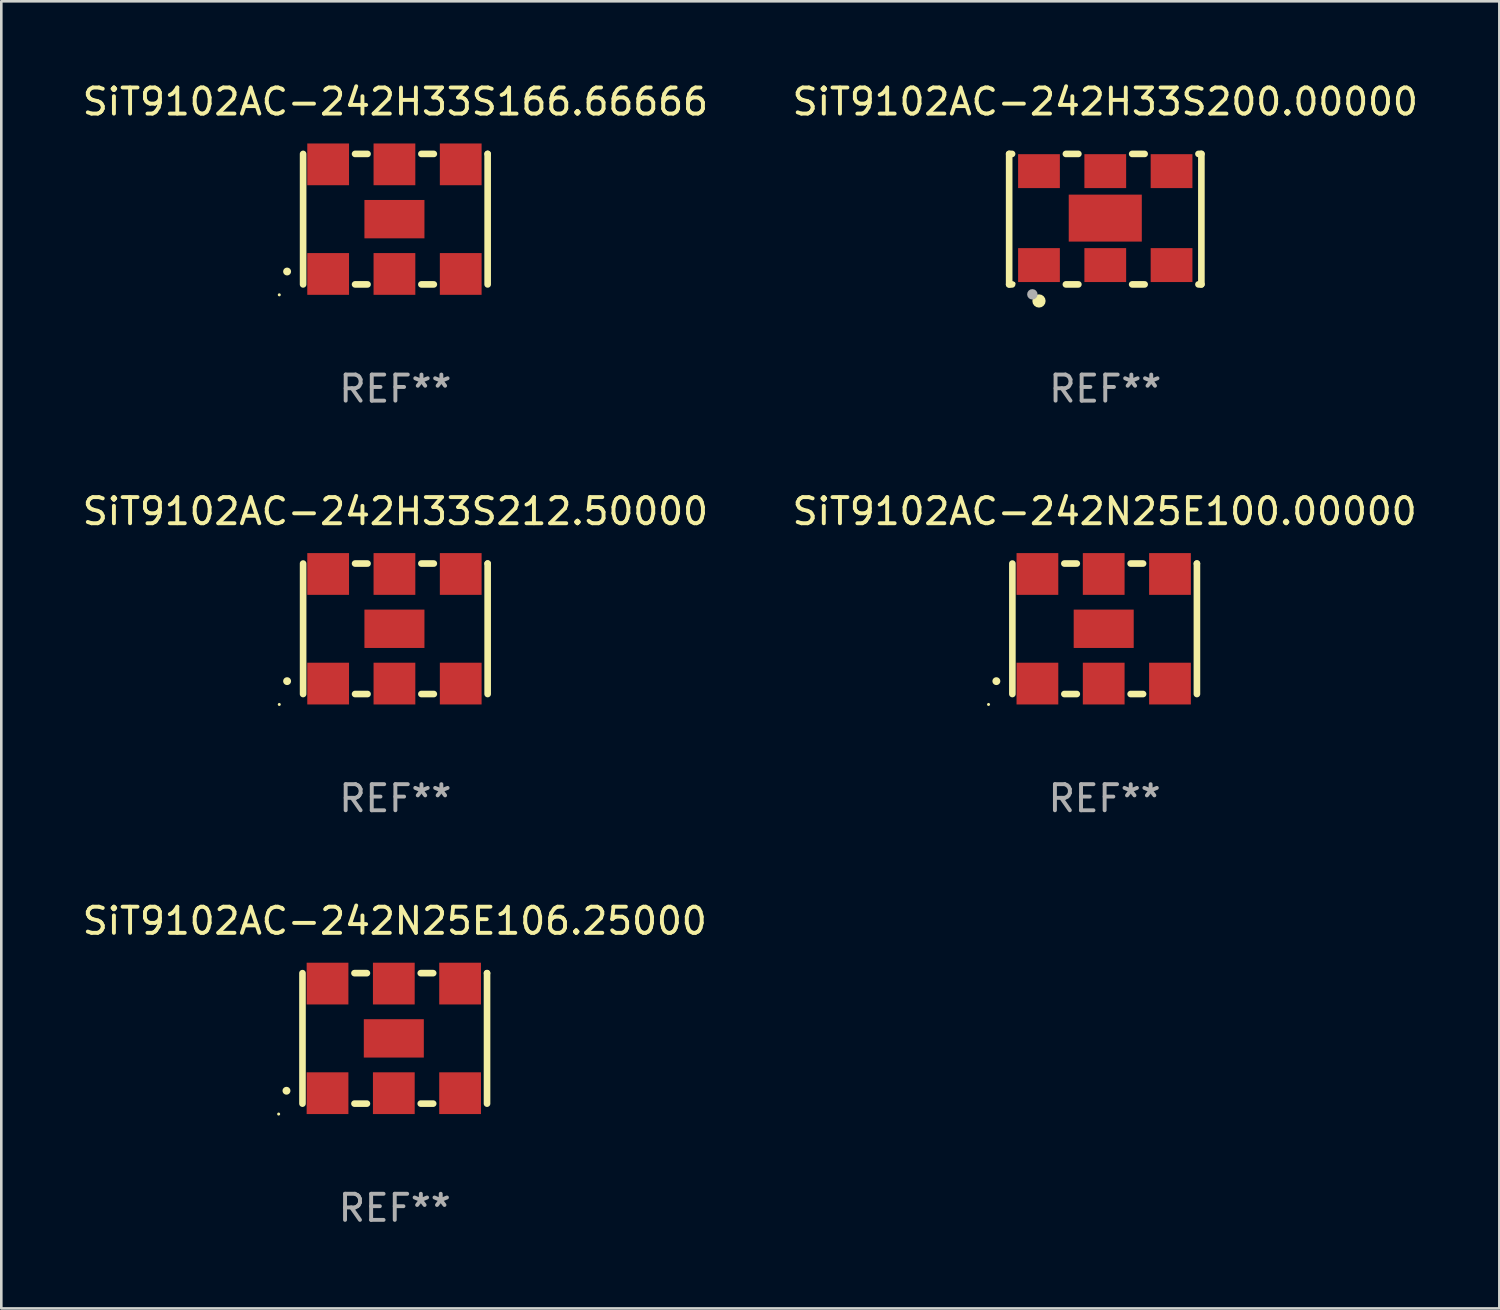
<source format=kicad_pcb>
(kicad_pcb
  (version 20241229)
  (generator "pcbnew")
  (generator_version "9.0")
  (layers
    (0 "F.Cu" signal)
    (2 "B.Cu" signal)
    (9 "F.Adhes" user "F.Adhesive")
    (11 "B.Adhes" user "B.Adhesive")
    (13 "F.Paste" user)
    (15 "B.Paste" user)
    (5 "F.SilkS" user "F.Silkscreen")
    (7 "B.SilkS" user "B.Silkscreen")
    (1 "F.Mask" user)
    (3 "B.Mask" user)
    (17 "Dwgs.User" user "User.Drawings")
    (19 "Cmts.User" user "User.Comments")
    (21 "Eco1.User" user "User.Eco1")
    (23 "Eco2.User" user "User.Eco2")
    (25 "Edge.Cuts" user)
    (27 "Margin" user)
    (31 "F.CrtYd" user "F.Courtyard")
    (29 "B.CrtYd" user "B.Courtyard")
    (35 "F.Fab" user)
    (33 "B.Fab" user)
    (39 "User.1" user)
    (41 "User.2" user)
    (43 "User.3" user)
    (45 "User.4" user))
  (footprint "SiT9102AC-242H33S212.50000"
    (layer "F.Cu")
    (at 12.101 21.045)
    (property "Reference" "SiT9102AC-242H33S212.50000" (at 0 -4.5 0) (layer "F.SilkS") (effects (font (size 1 1) (thickness 0.15))))
    (attr through_hole)
    (fp_line (start -3.536 -2.5) (end -3.536 2.5) (stroke (width 0.254) (type solid)) (layer "F.SilkS"))
    (fp_line (start -1.544 2.5) (end -1.067 2.5) (stroke (width 0.254) (type solid)) (layer "F.SilkS"))
    (fp_line (start -1.067 -2.5) (end -1.544 -2.5) (stroke (width 0.254) (type solid)) (layer "F.SilkS"))
    (fp_line (start 0.996 2.5) (end 1.473 2.5) (stroke (width 0.254) (type solid)) (layer "F.SilkS"))
    (fp_line (start 1.473 -2.5) (end 0.996 -2.5) (stroke (width 0.254) (type solid)) (layer "F.SilkS"))
    (fp_line (start 3.536 -2.5) (end 3.536 -2.5) (stroke (width 0.254) (type solid)) (layer "F.SilkS"))
    (fp_line (start 3.536 2.5) (end 3.536 -2.5) (stroke (width 0.254) (type solid)) (layer "F.SilkS"))
    (fp_arc (start -4.150432 2.006604) (mid -4.149162 2.006599) (end -4.147892 2.006604) (stroke (width 0.3) (type solid)) (layer "F.SilkS"))
    (fp_circle (center -4.449 2.9) (end -4.419 2.9) (stroke (width 0.06) (type solid)) (fill no) (layer "F.SilkS"))
    (fp_text user "REF**" (at 0 6.5 0) (layer "F.Fab") (effects (font (size 1 1) (thickness 0.15))))
    (pad "1" smd rect (at -2.576 2.1) (size 1.6 1.6) (layers "F.Cu" "F.Mask" "F.Paste"))
    (pad "2" smd rect (at -0.036 2.1) (size 1.6 1.6) (layers "F.Cu" "F.Mask" "F.Paste"))
    (pad "3" smd rect (at 2.504 2.1) (size 1.6 1.6) (layers "F.Cu" "F.Mask" "F.Paste"))
    (pad "4" smd rect (at 2.504 -2.1) (size 1.6 1.6) (layers "F.Cu" "F.Mask" "F.Paste"))
    (pad "5" smd rect (at -0.036 -2.1) (size 1.6 1.6) (layers "F.Cu" "F.Mask" "F.Paste"))
    (pad "6" smd rect (at -2.576 -2.1) (size 1.6 1.6) (layers "F.Cu" "F.Mask" "F.Paste"))
    (pad "7" smd rect (at -0.036 0) (size 2.3 1.47) (layers "F.Cu" "F.Mask" "F.Paste")))
  (footprint "SiT9102AC-242H33S200.00000"
    (layer "F.Cu")
    (at 39.304 5.348)
    (property "Reference" "SiT9102AC-242H33S200.00000" (at 0 -4.5 0) (layer "F.SilkS") (effects (font (size 1 1) (thickness 0.15))))
    (attr through_hole)
    (fp_line (start -3.683 -2.5) (end -3.571 -2.5) (stroke (width 0.254) (type solid)) (layer "F.SilkS"))
    (fp_line (start -3.683 2.5) (end -3.683 -2.5) (stroke (width 0.254) (type solid)) (layer "F.SilkS"))
    (fp_line (start -3.683 2.5) (end -3.571 2.5) (stroke (width 0.254) (type solid)) (layer "F.SilkS"))
    (fp_line (start -1.509 -2.5) (end -1.031 -2.5) (stroke (width 0.254) (type solid)) (layer "F.SilkS"))
    (fp_line (start -1.509 2.5) (end -1.031 2.5) (stroke (width 0.254) (type solid)) (layer "F.SilkS"))
    (fp_line (start 1.031 -2.5) (end 1.509 -2.5) (stroke (width 0.254) (type solid)) (layer "F.SilkS"))
    (fp_line (start 1.031 2.5) (end 1.509 2.5) (stroke (width 0.254) (type solid)) (layer "F.SilkS"))
    (fp_line (start 3.571 -2.5) (end 3.683 -2.5) (stroke (width 0.254) (type solid)) (layer "F.SilkS"))
    (fp_line (start 3.571 2.5) (end 3.683 2.5) (stroke (width 0.254) (type solid)) (layer "F.SilkS"))
    (fp_line (start 3.683 2.5) (end 3.683 -2.5) (stroke (width 0.254) (type solid)) (layer "F.SilkS"))
    (fp_circle (center -3.5 2.46) (end -3.47 2.46) (stroke (width 0.06) (type solid)) (fill no) (layer "F.SilkS"))
    (fp_circle (center -2.54 3.135) (end -2.413 3.135) (stroke (width 0.254) (type solid)) (fill no) (layer "F.SilkS"))
    (fp_circle (center -2.794 2.881) (end -2.694 2.881) (stroke (width 0.2) (type solid)) (fill no) (layer "F.Fab"))
    (fp_text user "REF**" (at 0 6.5 0) (layer "F.Fab") (effects (font (size 1 1) (thickness 0.15))))
    (pad "1" smd rect (at -2.54 1.76) (size 1.6 1.3) (layers "F.Cu" "F.Mask" "F.Paste"))
    (pad "2" smd rect (at 0 1.76) (size 1.6 1.3) (layers "F.Cu" "F.Mask" "F.Paste"))
    (pad "3" smd rect (at 2.54 1.76) (size 1.6 1.3) (layers "F.Cu" "F.Mask" "F.Paste"))
    (pad "4" smd rect (at 2.54 -1.84) (size 1.6 1.3) (layers "F.Cu" "F.Mask" "F.Paste"))
    (pad "5" smd rect (at 0 -1.84) (size 1.6 1.3) (layers "F.Cu" "F.Mask" "F.Paste"))
    (pad "6" smd rect (at -2.54 -1.84) (size 1.6 1.3) (layers "F.Cu" "F.Mask" "F.Paste"))
    (pad "7" smd rect (at 0 -0.04) (size 2.8 1.8) (layers "F.Cu" "F.Mask" "F.Paste")))
  (footprint "SiT9102AC-242N25E106.25000"
    (layer "F.Cu")
    (at 12.077 36.741)
    (property "Reference" "SiT9102AC-242N25E106.25000" (at 0 -4.5 0) (layer "F.SilkS") (effects (font (size 1 1) (thickness 0.15))))
    (attr through_hole)
    (fp_line (start -3.536 -2.5) (end -3.536 2.5) (stroke (width 0.254) (type solid)) (layer "F.SilkS"))
    (fp_line (start -1.544 2.5) (end -1.067 2.5) (stroke (width 0.254) (type solid)) (layer "F.SilkS"))
    (fp_line (start -1.067 -2.5) (end -1.544 -2.5) (stroke (width 0.254) (type solid)) (layer "F.SilkS"))
    (fp_line (start 0.996 2.5) (end 1.473 2.5) (stroke (width 0.254) (type solid)) (layer "F.SilkS"))
    (fp_line (start 1.473 -2.5) (end 0.996 -2.5) (stroke (width 0.254) (type solid)) (layer "F.SilkS"))
    (fp_line (start 3.536 -2.5) (end 3.536 -2.5) (stroke (width 0.254) (type solid)) (layer "F.SilkS"))
    (fp_line (start 3.536 2.5) (end 3.536 -2.5) (stroke (width 0.254) (type solid)) (layer "F.SilkS"))
    (fp_arc (start -4.150432 2.006604) (mid -4.149162 2.006599) (end -4.147892 2.006604) (stroke (width 0.3) (type solid)) (layer "F.SilkS"))
    (fp_circle (center -4.449 2.9) (end -4.419 2.9) (stroke (width 0.06) (type solid)) (fill no) (layer "F.SilkS"))
    (fp_text user "REF**" (at 0 6.5 0) (layer "F.Fab") (effects (font (size 1 1) (thickness 0.15))))
    (pad "1" smd rect (at -2.576 2.1) (size 1.6 1.6) (layers "F.Cu" "F.Mask" "F.Paste"))
    (pad "2" smd rect (at -0.036 2.1) (size 1.6 1.6) (layers "F.Cu" "F.Mask" "F.Paste"))
    (pad "3" smd rect (at 2.504 2.1) (size 1.6 1.6) (layers "F.Cu" "F.Mask" "F.Paste"))
    (pad "4" smd rect (at 2.504 -2.1) (size 1.6 1.6) (layers "F.Cu" "F.Mask" "F.Paste"))
    (pad "5" smd rect (at -0.036 -2.1) (size 1.6 1.6) (layers "F.Cu" "F.Mask" "F.Paste"))
    (pad "6" smd rect (at -2.576 -2.1) (size 1.6 1.6) (layers "F.Cu" "F.Mask" "F.Paste"))
    (pad "7" smd rect (at -0.036 0) (size 2.3 1.47) (layers "F.Cu" "F.Mask" "F.Paste")))
  (footprint "SiT9102AC-242H33S166.66666"
    (layer "F.Cu")
    (at 12.101 5.348)
    (property "Reference" "SiT9102AC-242H33S166.66666" (at 0 -4.5 0) (layer "F.SilkS") (effects (font (size 1 1) (thickness 0.15))))
    (attr through_hole)
    (fp_line (start -3.536 -2.5) (end -3.536 2.5) (stroke (width 0.254) (type solid)) (layer "F.SilkS"))
    (fp_line (start -1.544 2.5) (end -1.067 2.5) (stroke (width 0.254) (type solid)) (layer "F.SilkS"))
    (fp_line (start -1.067 -2.5) (end -1.544 -2.5) (stroke (width 0.254) (type solid)) (layer "F.SilkS"))
    (fp_line (start 0.996 2.5) (end 1.473 2.5) (stroke (width 0.254) (type solid)) (layer "F.SilkS"))
    (fp_line (start 1.473 -2.5) (end 0.996 -2.5) (stroke (width 0.254) (type solid)) (layer "F.SilkS"))
    (fp_line (start 3.536 -2.5) (end 3.536 -2.5) (stroke (width 0.254) (type solid)) (layer "F.SilkS"))
    (fp_line (start 3.536 2.5) (end 3.536 -2.5) (stroke (width 0.254) (type solid)) (layer "F.SilkS"))
    (fp_arc (start -4.150432 2.006604) (mid -4.149162 2.006599) (end -4.147892 2.006604) (stroke (width 0.3) (type solid)) (layer "F.SilkS"))
    (fp_circle (center -4.449 2.9) (end -4.419 2.9) (stroke (width 0.06) (type solid)) (fill no) (layer "F.SilkS"))
    (fp_text user "REF**" (at 0 6.5 0) (layer "F.Fab") (effects (font (size 1 1) (thickness 0.15))))
    (pad "1" smd rect (at -2.576 2.1) (size 1.6 1.6) (layers "F.Cu" "F.Mask" "F.Paste"))
    (pad "2" smd rect (at -0.036 2.1) (size 1.6 1.6) (layers "F.Cu" "F.Mask" "F.Paste"))
    (pad "3" smd rect (at 2.504 2.1) (size 1.6 1.6) (layers "F.Cu" "F.Mask" "F.Paste"))
    (pad "4" smd rect (at 2.504 -2.1) (size 1.6 1.6) (layers "F.Cu" "F.Mask" "F.Paste"))
    (pad "5" smd rect (at -0.036 -2.1) (size 1.6 1.6) (layers "F.Cu" "F.Mask" "F.Paste"))
    (pad "6" smd rect (at -2.576 -2.1) (size 1.6 1.6) (layers "F.Cu" "F.Mask" "F.Paste"))
    (pad "7" smd rect (at -0.036 0) (size 2.3 1.47) (layers "F.Cu" "F.Mask" "F.Paste")))
  (footprint "SiT9102AC-242N25E100.00000"
    (layer "F.Cu")
    (at 39.28 21.045)
    (property "Reference" "SiT9102AC-242N25E100.00000" (at 0 -4.5 0) (layer "F.SilkS") (effects (font (size 1 1) (thickness 0.15))))
    (attr through_hole)
    (fp_line (start -3.536 -2.5) (end -3.536 2.5) (stroke (width 0.254) (type solid)) (layer "F.SilkS"))
    (fp_line (start -1.544 2.5) (end -1.067 2.5) (stroke (width 0.254) (type solid)) (layer "F.SilkS"))
    (fp_line (start -1.067 -2.5) (end -1.544 -2.5) (stroke (width 0.254) (type solid)) (layer "F.SilkS"))
    (fp_line (start 0.996 2.5) (end 1.473 2.5) (stroke (width 0.254) (type solid)) (layer "F.SilkS"))
    (fp_line (start 1.473 -2.5) (end 0.996 -2.5) (stroke (width 0.254) (type solid)) (layer "F.SilkS"))
    (fp_line (start 3.536 -2.5) (end 3.536 -2.5) (stroke (width 0.254) (type solid)) (layer "F.SilkS"))
    (fp_line (start 3.536 2.5) (end 3.536 -2.5) (stroke (width 0.254) (type solid)) (layer "F.SilkS"))
    (fp_arc (start -4.150432 2.006604) (mid -4.149162 2.006599) (end -4.147892 2.006604) (stroke (width 0.3) (type solid)) (layer "F.SilkS"))
    (fp_circle (center -4.449 2.9) (end -4.419 2.9) (stroke (width 0.06) (type solid)) (fill no) (layer "F.SilkS"))
    (fp_text user "REF**" (at 0 6.5 0) (layer "F.Fab") (effects (font (size 1 1) (thickness 0.15))))
    (pad "1" smd rect (at -2.576 2.1) (size 1.6 1.6) (layers "F.Cu" "F.Mask" "F.Paste"))
    (pad "2" smd rect (at -0.036 2.1) (size 1.6 1.6) (layers "F.Cu" "F.Mask" "F.Paste"))
    (pad "3" smd rect (at 2.504 2.1) (size 1.6 1.6) (layers "F.Cu" "F.Mask" "F.Paste"))
    (pad "4" smd rect (at 2.504 -2.1) (size 1.6 1.6) (layers "F.Cu" "F.Mask" "F.Paste"))
    (pad "5" smd rect (at -0.036 -2.1) (size 1.6 1.6) (layers "F.Cu" "F.Mask" "F.Paste"))
    (pad "6" smd rect (at -2.576 -2.1) (size 1.6 1.6) (layers "F.Cu" "F.Mask" "F.Paste"))
    (pad "7" smd rect (at -0.036 0) (size 2.3 1.47) (layers "F.Cu" "F.Mask" "F.Paste")))
  (gr_rect
    (start -3 -3)
    (end 54.405 47.09)
    (stroke (width 0.1) (type default))
    (fill no)
    (layer "Edge.Cuts")))
</source>
